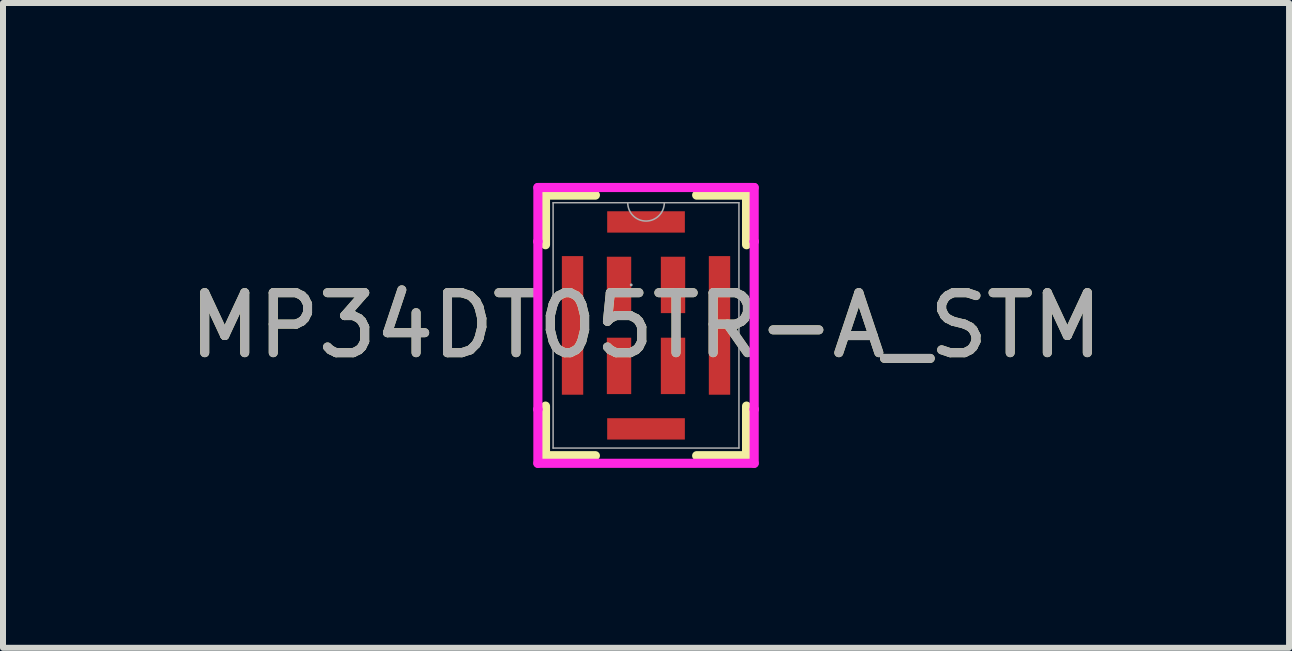
<source format=kicad_pcb>
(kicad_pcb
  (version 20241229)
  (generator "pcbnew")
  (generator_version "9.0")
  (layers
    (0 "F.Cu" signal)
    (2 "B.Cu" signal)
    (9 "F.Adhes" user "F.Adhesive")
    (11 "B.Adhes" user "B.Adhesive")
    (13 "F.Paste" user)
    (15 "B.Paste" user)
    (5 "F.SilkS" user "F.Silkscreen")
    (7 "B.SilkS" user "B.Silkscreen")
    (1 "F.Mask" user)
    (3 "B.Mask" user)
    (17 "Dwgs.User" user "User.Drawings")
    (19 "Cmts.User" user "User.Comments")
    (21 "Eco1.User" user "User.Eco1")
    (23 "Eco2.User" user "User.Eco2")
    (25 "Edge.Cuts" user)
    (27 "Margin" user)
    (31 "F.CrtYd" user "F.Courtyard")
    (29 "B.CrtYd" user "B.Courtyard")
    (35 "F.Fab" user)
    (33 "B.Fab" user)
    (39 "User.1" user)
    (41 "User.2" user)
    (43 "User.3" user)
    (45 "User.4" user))
  (footprint "MP34DT05TR-A_STM"
    (layer "F.Cu")
    (at 7.72 2.375)
    (property "Reference" "MP34DT05TR-A_STM" (at 0 0 0) (unlocked yes) (layer "F.SilkS") (effects (font (size 1 1) (thickness 0.15))))
    (attr smd)
    (fp_line (start -1.676 -2.172) (end -1.676 -1.345) (stroke (width 0.152) (type solid)) (layer "F.SilkS"))
    (fp_line (start -1.676 1.345) (end -1.676 2.172) (stroke (width 0.152) (type solid)) (layer "F.SilkS"))
    (fp_line (start -1.676 2.172) (end -0.844 2.172) (stroke (width 0.152) (type solid)) (layer "F.SilkS"))
    (fp_line (start -0.844 -2.172) (end -1.676 -2.172) (stroke (width 0.152) (type solid)) (layer "F.SilkS"))
    (fp_line (start 0.844 2.172) (end 1.676 2.172) (stroke (width 0.152) (type solid)) (layer "F.SilkS"))
    (fp_line (start 1.676 -2.172) (end 0.844 -2.172) (stroke (width 0.152) (type solid)) (layer "F.SilkS"))
    (fp_line (start 1.676 -1.345) (end 1.676 -2.172) (stroke (width 0.152) (type solid)) (layer "F.SilkS"))
    (fp_line (start 1.676 2.172) (end 1.676 1.345) (stroke (width 0.152) (type solid)) (layer "F.SilkS"))
    (fp_line (start -1.803 -2.299) (end 1.803 -2.299) (stroke (width 0.152) (type solid)) (layer "F.CrtYd"))
    (fp_line (start -1.803 -1.399) (end -1.803 -2.299) (stroke (width 0.152) (type solid)) (layer "F.CrtYd"))
    (fp_line (start -1.803 -1.399) (end -1.803 -1.399) (stroke (width 0.152) (type solid)) (layer "F.CrtYd"))
    (fp_line (start -1.803 1.399) (end -1.803 -1.399) (stroke (width 0.152) (type solid)) (layer "F.CrtYd"))
    (fp_line (start -1.803 1.399) (end -1.803 1.399) (stroke (width 0.152) (type solid)) (layer "F.CrtYd"))
    (fp_line (start -1.803 2.299) (end -1.803 1.399) (stroke (width 0.152) (type solid)) (layer "F.CrtYd"))
    (fp_line (start 1.803 -2.299) (end 1.803 -1.399) (stroke (width 0.152) (type solid)) (layer "F.CrtYd"))
    (fp_line (start 1.803 -1.399) (end 1.803 -1.399) (stroke (width 0.152) (type solid)) (layer "F.CrtYd"))
    (fp_line (start 1.803 -1.399) (end 1.803 1.399) (stroke (width 0.152) (type solid)) (layer "F.CrtYd"))
    (fp_line (start 1.803 1.399) (end 1.803 1.399) (stroke (width 0.152) (type solid)) (layer "F.CrtYd"))
    (fp_line (start 1.803 1.399) (end 1.803 2.299) (stroke (width 0.152) (type solid)) (layer "F.CrtYd"))
    (fp_line (start 1.803 2.299) (end -1.803 2.299) (stroke (width 0.152) (type solid)) (layer "F.CrtYd"))
    (fp_line (start -1.549 -2.045) (end -1.549 2.045) (stroke (width 0.025) (type solid)) (layer "F.Fab"))
    (fp_line (start -1.549 2.045) (end 1.549 2.045) (stroke (width 0.025) (type solid)) (layer "F.Fab"))
    (fp_line (start 1.549 -2.045) (end -1.549 -2.045) (stroke (width 0.025) (type solid)) (layer "F.Fab"))
    (fp_line (start 1.549 2.045) (end 1.549 -2.045) (stroke (width 0.025) (type solid)) (layer "F.Fab"))
    (fp_arc (start 0.3048 -2.0447) (mid 0 -1.7399) (end -0.3048 -2.0447) (stroke (width 0.0254) (type solid)) (layer "F.Fab"))
    (fp_circle (center -0.247 -0.675) (end -0.247 -0.675) (stroke (width 0.025) (type solid)) (fill no) (layer "F.Fab"))
    (fp_text user "${REFERENCE}" (at 0 0 0) (unlocked yes) (layer "F.Fab") (effects (font (size 1 1) (thickness 0.15))))
    (pad "1" smd rect (at -0.45 -0.675) (size 0.406 0.94) (layers "F.Cu" "F.Mask" "F.Paste"))
    (pad "2" smd rect (at -0.45 0.675) (size 0.406 0.94) (layers "F.Cu" "F.Mask" "F.Paste"))
    (pad "3" smd rect (at 0.45 0.675) (size 0.406 0.94) (layers "F.Cu" "F.Mask" "F.Paste"))
    (pad "4" smd rect (at 0.45 -0.675) (size 0.406 0.94) (layers "F.Cu" "F.Mask" "F.Paste"))
    (pad "5" smd rect (at -1.225 0) (size 0.356 2.311) (layers "F.Cu" "F.Mask" "F.Paste"))
    (pad "5" smd rect (at 0 -1.725) (size 1.295 0.356) (layers "F.Cu" "F.Mask" "F.Paste"))
    (pad "5" smd rect (at 0 1.725) (size 1.295 0.356) (layers "F.Cu" "F.Mask" "F.Paste"))
    (pad "5" smd rect (at 1.225 0) (size 0.356 2.311) (layers "F.Cu" "F.Mask" "F.Paste")))
  (gr_rect
    (start -3 -3)
    (end 18.44 7.75)
    (stroke (width 0.1) (type default))
    (fill no)
    (layer "Edge.Cuts")))
</source>
